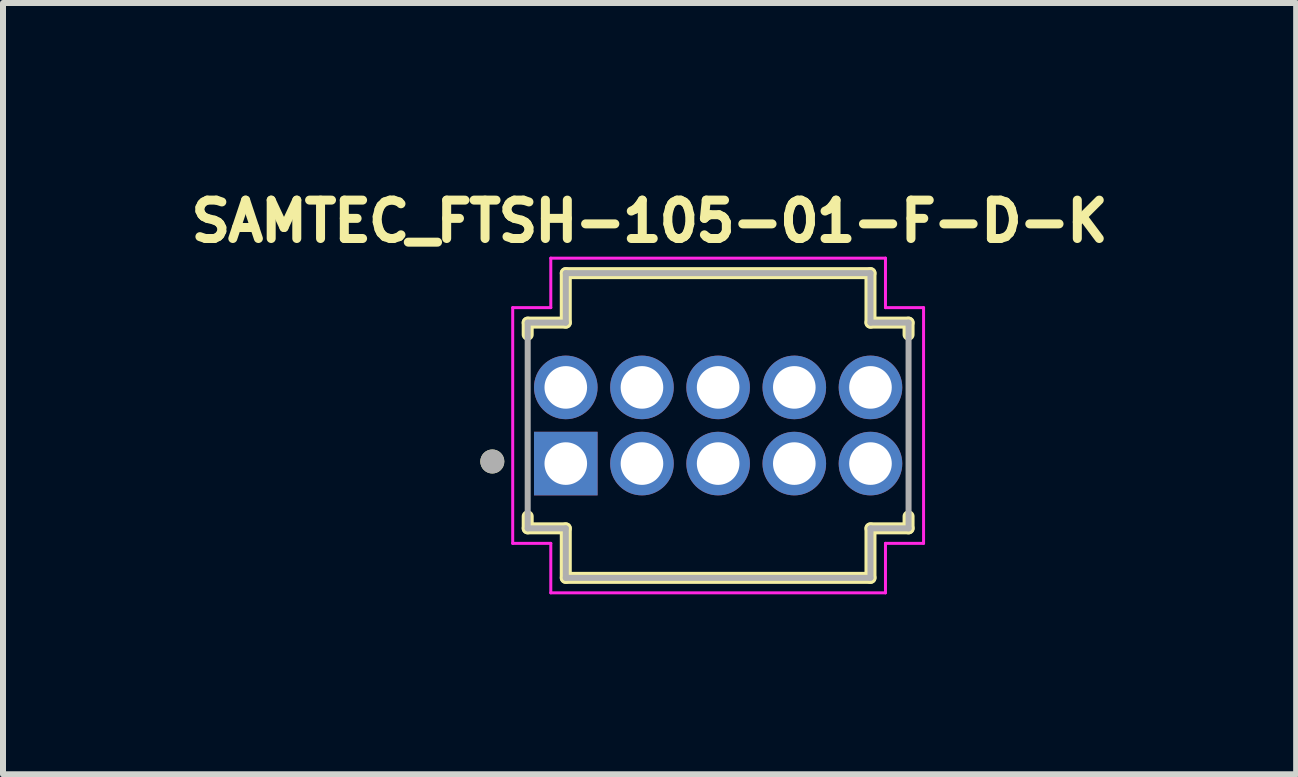
<source format=kicad_pcb>
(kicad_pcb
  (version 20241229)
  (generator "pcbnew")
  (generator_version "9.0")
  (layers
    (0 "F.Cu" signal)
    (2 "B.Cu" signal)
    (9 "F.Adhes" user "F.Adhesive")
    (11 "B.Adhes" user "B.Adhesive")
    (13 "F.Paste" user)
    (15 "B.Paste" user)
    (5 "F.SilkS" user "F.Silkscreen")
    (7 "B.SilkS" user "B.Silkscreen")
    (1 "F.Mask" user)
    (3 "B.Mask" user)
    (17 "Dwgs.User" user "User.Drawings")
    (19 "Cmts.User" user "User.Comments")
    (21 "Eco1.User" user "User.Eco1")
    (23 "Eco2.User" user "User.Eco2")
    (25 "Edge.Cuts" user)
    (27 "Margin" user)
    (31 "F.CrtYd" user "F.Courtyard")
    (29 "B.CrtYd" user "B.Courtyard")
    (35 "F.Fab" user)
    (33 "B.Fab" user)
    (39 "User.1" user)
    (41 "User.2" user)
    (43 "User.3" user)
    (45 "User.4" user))
  (footprint "SAMTEC_FTSH-105-01-F-D-K"
    (layer "F.Cu")
    (at 8.923 4.044)
    (property "Reference" "SAMTEC_FTSH-105-01-F-D-K" (at -1.143 -3.406 0) (layer "F.SilkS") (effects (font (size 0.64 0.64) (thickness 0.15))))
    (attr through_hole)
    (fp_line (start -3.175 -1.715) (end -3.175 -1.515) (stroke (width 0.2) (type solid)) (layer "F.SilkS"))
    (fp_line (start -3.175 -1.715) (end -2.54 -1.715) (stroke (width 0.2) (type solid)) (layer "F.SilkS"))
    (fp_line (start -3.175 1.715) (end -3.175 1.515) (stroke (width 0.2) (type solid)) (layer "F.SilkS"))
    (fp_line (start -3.175 1.715) (end -2.54 1.715) (stroke (width 0.2) (type solid)) (layer "F.SilkS"))
    (fp_line (start -2.54 -2.54) (end 2.54 -2.54) (stroke (width 0.2) (type solid)) (layer "F.SilkS"))
    (fp_line (start -2.54 -1.715) (end -2.54 -2.54) (stroke (width 0.2) (type solid)) (layer "F.SilkS"))
    (fp_line (start -2.54 1.715) (end -2.54 2.54) (stroke (width 0.2) (type solid)) (layer "F.SilkS"))
    (fp_line (start -2.54 2.54) (end 2.54 2.54) (stroke (width 0.2) (type solid)) (layer "F.SilkS"))
    (fp_line (start 2.54 -2.54) (end 2.54 -1.715) (stroke (width 0.2) (type solid)) (layer "F.SilkS"))
    (fp_line (start 2.54 -1.715) (end 3.175 -1.715) (stroke (width 0.2) (type solid)) (layer "F.SilkS"))
    (fp_line (start 2.54 1.715) (end 3.175 1.715) (stroke (width 0.2) (type solid)) (layer "F.SilkS"))
    (fp_line (start 2.54 2.54) (end 2.54 1.715) (stroke (width 0.2) (type solid)) (layer "F.SilkS"))
    (fp_line (start 3.175 -1.715) (end 3.175 -1.515) (stroke (width 0.2) (type solid)) (layer "F.SilkS"))
    (fp_line (start 3.175 1.715) (end 3.175 1.515) (stroke (width 0.2) (type solid)) (layer "F.SilkS"))
    (fp_circle (center -3.765 0.6) (end -3.665 0.6) (stroke (width 0.2) (type solid)) (fill no) (layer "F.SilkS"))
    (fp_line (start -3.425 -1.965) (end -2.79 -1.965) (stroke (width 0.05) (type solid)) (layer "F.CrtYd"))
    (fp_line (start -3.425 1.965) (end -3.425 -1.965) (stroke (width 0.05) (type solid)) (layer "F.CrtYd"))
    (fp_line (start -2.79 -2.79) (end 2.79 -2.79) (stroke (width 0.05) (type solid)) (layer "F.CrtYd"))
    (fp_line (start -2.79 -1.965) (end -2.79 -2.79) (stroke (width 0.05) (type solid)) (layer "F.CrtYd"))
    (fp_line (start -2.79 1.965) (end -3.425 1.965) (stroke (width 0.05) (type solid)) (layer "F.CrtYd"))
    (fp_line (start -2.79 2.79) (end -2.79 1.965) (stroke (width 0.05) (type solid)) (layer "F.CrtYd"))
    (fp_line (start 2.79 -2.79) (end 2.79 -1.965) (stroke (width 0.05) (type solid)) (layer "F.CrtYd"))
    (fp_line (start 2.79 -1.965) (end 3.425 -1.965) (stroke (width 0.05) (type solid)) (layer "F.CrtYd"))
    (fp_line (start 2.79 1.965) (end 2.79 2.79) (stroke (width 0.05) (type solid)) (layer "F.CrtYd"))
    (fp_line (start 2.79 2.79) (end -2.79 2.79) (stroke (width 0.05) (type solid)) (layer "F.CrtYd"))
    (fp_line (start 3.425 1.965) (end 2.79 1.965) (stroke (width 0.05) (type solid)) (layer "F.CrtYd"))
    (fp_line (start 3.425 1.965) (end 3.425 -1.965) (stroke (width 0.05) (type solid)) (layer "F.CrtYd"))
    (fp_line (start -3.175 -1.715) (end -3.175 1.715) (stroke (width 0.1) (type solid)) (layer "F.Fab"))
    (fp_line (start -3.175 1.715) (end -2.54 1.715) (stroke (width 0.1) (type solid)) (layer "F.Fab"))
    (fp_line (start -2.54 -2.54) (end 2.54 -2.54) (stroke (width 0.1) (type solid)) (layer "F.Fab"))
    (fp_line (start -2.54 -1.715) (end -3.175 -1.715) (stroke (width 0.1) (type solid)) (layer "F.Fab"))
    (fp_line (start -2.54 -1.715) (end -2.54 -2.54) (stroke (width 0.1) (type solid)) (layer "F.Fab"))
    (fp_line (start -2.54 1.715) (end -2.54 2.54) (stroke (width 0.1) (type solid)) (layer "F.Fab"))
    (fp_line (start -2.54 2.54) (end 2.54 2.54) (stroke (width 0.1) (type solid)) (layer "F.Fab"))
    (fp_line (start 2.54 -2.54) (end 2.54 -1.715) (stroke (width 0.1) (type solid)) (layer "F.Fab"))
    (fp_line (start 2.54 1.715) (end 3.175 1.715) (stroke (width 0.1) (type solid)) (layer "F.Fab"))
    (fp_line (start 2.54 2.54) (end 2.54 1.715) (stroke (width 0.1) (type solid)) (layer "F.Fab"))
    (fp_line (start 3.175 -1.715) (end 2.54 -1.715) (stroke (width 0.1) (type solid)) (layer "F.Fab"))
    (fp_line (start 3.175 1.715) (end 3.175 -1.715) (stroke (width 0.1) (type solid)) (layer "F.Fab"))
    (fp_circle (center -3.765 0.6) (end -3.665 0.6) (stroke (width 0.2) (type solid)) (fill no) (layer "F.Fab"))
    (pad "01" thru_hole rect (at -2.54 0.635) (size 1.06 1.06) (drill 0.71) (layers "*.Cu" "*.Mask"))
    (pad "02" thru_hole circle (at -2.54 -0.635) (size 1.06 1.06) (drill 0.71) (layers "*.Cu" "*.Mask"))
    (pad "03" thru_hole circle (at -1.27 0.635) (size 1.06 1.06) (drill 0.71) (layers "*.Cu" "*.Mask"))
    (pad "04" thru_hole circle (at -1.27 -0.635) (size 1.06 1.06) (drill 0.71) (layers "*.Cu" "*.Mask"))
    (pad "05" thru_hole circle (at 0 0.635) (size 1.06 1.06) (drill 0.71) (layers "*.Cu" "*.Mask"))
    (pad "06" thru_hole circle (at 0 -0.635) (size 1.06 1.06) (drill 0.71) (layers "*.Cu" "*.Mask"))
    (pad "07" thru_hole circle (at 1.27 0.635) (size 1.06 1.06) (drill 0.71) (layers "*.Cu" "*.Mask"))
    (pad "08" thru_hole circle (at 1.27 -0.635) (size 1.06 1.06) (drill 0.71) (layers "*.Cu" "*.Mask"))
    (pad "09" thru_hole circle (at 2.54 0.635) (size 1.06 1.06) (drill 0.71) (layers "*.Cu" "*.Mask"))
    (pad "10" thru_hole circle (at 2.54 -0.635) (size 1.06 1.06) (drill 0.71) (layers "*.Cu" "*.Mask")))
  (gr_rect
    (start -3 -3)
    (end 18.56 9.859)
    (stroke (width 0.1) (type default))
    (fill no)
    (layer "Edge.Cuts")))
</source>
